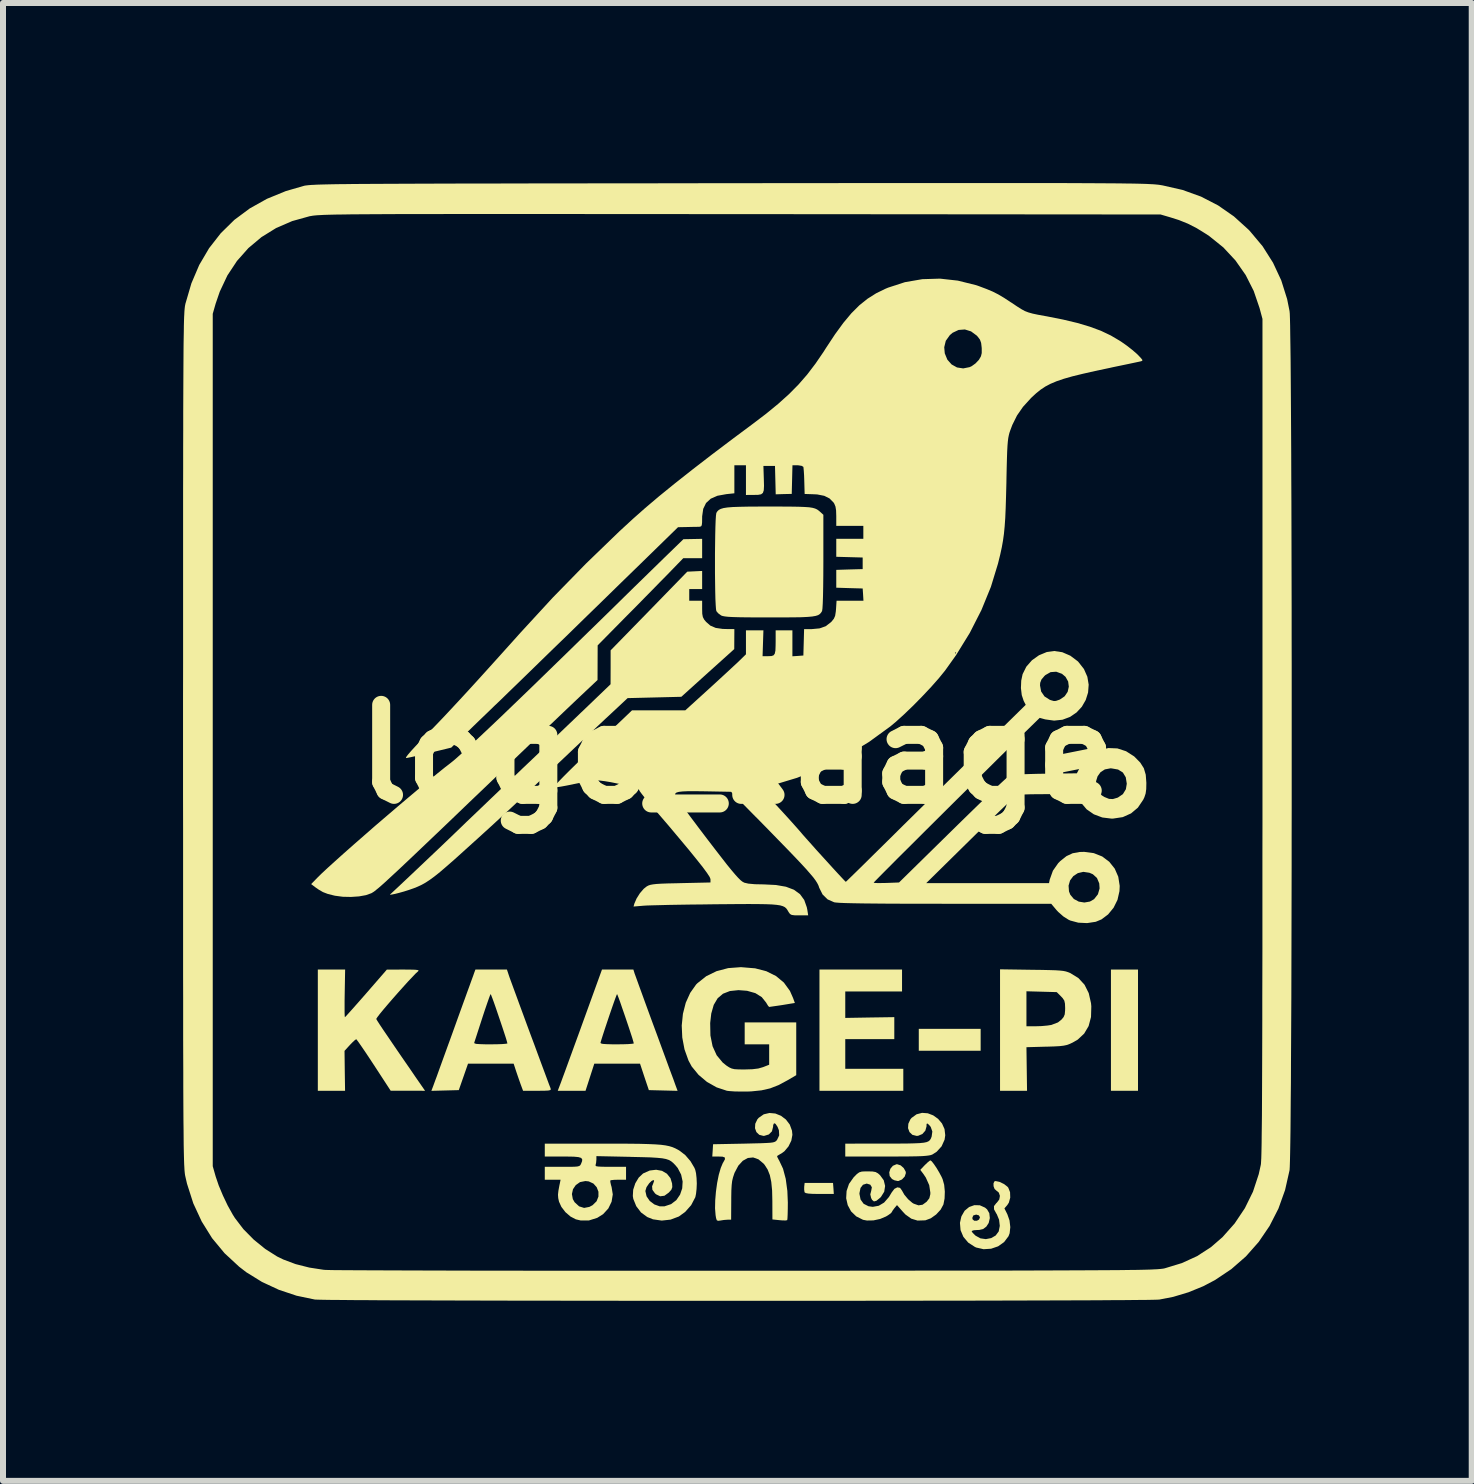
<source format=kicad_pcb>
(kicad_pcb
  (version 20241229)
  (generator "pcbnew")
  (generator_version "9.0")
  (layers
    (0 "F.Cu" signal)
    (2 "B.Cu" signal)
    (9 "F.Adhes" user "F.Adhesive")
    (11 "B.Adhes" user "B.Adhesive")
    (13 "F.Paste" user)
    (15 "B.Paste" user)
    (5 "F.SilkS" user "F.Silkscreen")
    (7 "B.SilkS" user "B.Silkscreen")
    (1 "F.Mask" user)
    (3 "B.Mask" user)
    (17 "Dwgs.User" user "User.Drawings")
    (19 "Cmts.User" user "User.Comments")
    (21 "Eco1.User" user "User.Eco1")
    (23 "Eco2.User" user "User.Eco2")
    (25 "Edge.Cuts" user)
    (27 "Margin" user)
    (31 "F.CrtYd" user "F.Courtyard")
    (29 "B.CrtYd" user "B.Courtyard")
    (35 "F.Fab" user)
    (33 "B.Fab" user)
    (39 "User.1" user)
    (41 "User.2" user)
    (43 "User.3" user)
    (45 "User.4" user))
  (footprint "logo_kaage"
    (layer "F.Cu")
    (at 9.23 9.517)
    (property "Reference" "logo_kaage" (at 0 0 0) (layer "F.SilkS") (effects (font (size 1.5 1.5) (thickness 0.3))))
    (attr board_only exclude_from_pos_files exclude_from_bom)
    (fp_poly (pts (xy 4.061 4.76) (xy 4.061 4.942) (xy 3.546 4.942) (xy 3.03 4.942) (xy 3.03 4.76) (xy 3.03 4.577) (xy 3.546 4.577) (xy 4.061 4.577)) (stroke (width 0) (type solid)) (fill yes) (layer "F.SilkS"))
    (fp_poly (pts (xy 6.683 4.599) (xy 6.683 5.609) (xy 6.457 5.609) (xy 6.232 5.609) (xy 6.232 4.599) (xy 6.232 3.589) (xy 6.457 3.589) (xy 6.683 3.589)) (stroke (width 0) (type solid)) (fill yes) (layer "F.SilkS"))
    (fp_poly (pts (xy 1.608 7.236) (xy 1.614 7.328) (xy 1.376 7.328) (xy 1.266 7.327) (xy 1.192 7.322) (xy 1.148 7.314) (xy 1.128 7.302) (xy 1.126 7.297) (xy 1.12 7.254) (xy 1.121 7.206) (xy 1.128 7.145) (xy 1.365 7.145) (xy 1.601 7.145)) (stroke (width 0) (type solid)) (fill yes) (layer "F.SilkS"))
    (fp_poly (pts (xy 2.728 6.852) (xy 2.779 6.897) (xy 2.811 6.954) (xy 2.815 6.98) (xy 2.796 7.038) (xy 2.75 7.087) (xy 2.692 7.112) (xy 2.68 7.113) (xy 2.625 7.101) (xy 2.583 7.079) (xy 2.545 7.03) (xy 2.538 6.969) (xy 2.557 6.908) (xy 2.598 6.859) (xy 2.657 6.834) (xy 2.672 6.834)) (stroke (width 0) (type solid)) (fill yes) (layer "F.SilkS"))
    (fp_poly (pts (xy 2.751 3.771) (xy 2.751 3.954) (xy 2.278 3.954) (xy 1.805 3.954) (xy 1.805 4.174) (xy 1.805 4.395) (xy 2.213 4.388) (xy 2.622 4.382) (xy 2.622 4.566) (xy 2.622 4.749) (xy 2.213 4.749) (xy 1.805 4.749) (xy 1.805 4.996) (xy 1.805 5.243) (xy 2.289 5.243) (xy 2.772 5.243) (xy 2.772 5.426) (xy 2.772 5.609) (xy 2.074 5.609) (xy 1.375 5.609) (xy 1.375 4.599) (xy 1.375 3.589) (xy 2.063 3.589) (xy 2.751 3.589)) (stroke (width 0) (type solid)) (fill yes) (layer "F.SilkS"))
    (fp_poly (pts (xy 3.18 5.984) (xy 3.271 6.019) (xy 3.352 6.077) (xy 3.417 6.154) (xy 3.459 6.247) (xy 3.471 6.35) (xy 3.46 6.424) (xy 3.41 6.535) (xy 3.328 6.625) (xy 3.258 6.67) (xy 3.232 6.68) (xy 3.197 6.687) (xy 3.149 6.693) (xy 3.083 6.698) (xy 2.993 6.701) (xy 2.875 6.703) (xy 2.726 6.704) (xy 2.538 6.705) (xy 2.495 6.705) (xy 1.805 6.705) (xy 1.805 6.597) (xy 1.805 6.49) (xy 2.477 6.489) (xy 2.672 6.489) (xy 2.829 6.488) (xy 2.952 6.485) (xy 3.045 6.481) (xy 3.114 6.474) (xy 3.162 6.464) (xy 3.195 6.449) (xy 3.216 6.43) (xy 3.231 6.406) (xy 3.243 6.375) (xy 3.244 6.374) (xy 3.256 6.288) (xy 3.229 6.211) (xy 3.2 6.176) (xy 3.171 6.153) (xy 3.16 6.162) (xy 3.159 6.203) (xy 3.139 6.274) (xy 3.089 6.33) (xy 3.019 6.359) (xy 2.994 6.361) (xy 2.923 6.343) (xy 2.875 6.297) (xy 2.851 6.232) (xy 2.856 6.158) (xy 2.89 6.085) (xy 2.91 6.061) (xy 2.993 6.001) (xy 3.085 5.977)) (stroke (width 0) (type solid)) (fill yes) (layer "F.SilkS"))
    (fp_poly (pts (xy 4.916 3.593) (xy 5.082 3.595) (xy 5.211 3.598) (xy 5.31 3.601) (xy 5.384 3.606) (xy 5.439 3.612) (xy 5.482 3.621) (xy 5.519 3.633) (xy 5.556 3.648) (xy 5.557 3.649) (xy 5.69 3.731) (xy 5.792 3.842) (xy 5.862 3.982) (xy 5.9 4.149) (xy 5.905 4.203) (xy 5.9 4.38) (xy 5.86 4.531) (xy 5.786 4.656) (xy 5.678 4.757) (xy 5.593 4.806) (xy 5.543 4.829) (xy 5.497 4.846) (xy 5.445 4.857) (xy 5.379 4.865) (xy 5.289 4.87) (xy 5.167 4.874) (xy 5.148 4.874) (xy 4.824 4.883) (xy 4.829 5.246) (xy 4.834 5.609) (xy 4.609 5.609) (xy 4.384 5.609) (xy 4.384 4.597) (xy 4.384 4.242) (xy 4.824 4.242) (xy 4.824 4.534) (xy 4.979 4.534) (xy 5.076 4.531) (xy 5.173 4.522) (xy 5.239 4.512) (xy 5.349 4.47) (xy 5.407 4.424) (xy 5.443 4.381) (xy 5.462 4.336) (xy 5.468 4.273) (xy 5.469 4.232) (xy 5.466 4.157) (xy 5.455 4.107) (xy 5.428 4.066) (xy 5.399 4.035) (xy 5.329 3.965) (xy 5.076 3.958) (xy 4.824 3.951) (xy 4.824 4.242) (xy 4.384 4.242) (xy 4.384 3.585)) (stroke (width 0) (type solid)) (fill yes) (layer "F.SilkS"))
    (fp_poly (pts (xy -6.536 3.986) (xy -6.538 4.111) (xy -6.538 4.22) (xy -6.538 4.306) (xy -6.536 4.363) (xy -6.533 4.383) (xy -6.516 4.367) (xy -6.476 4.323) (xy -6.415 4.255) (xy -6.338 4.168) (xy -6.249 4.067) (xy -6.178 3.986) (xy -5.834 3.59) (xy -5.556 3.589) (xy -5.442 3.59) (xy -5.365 3.592) (xy -5.321 3.597) (xy -5.304 3.604) (xy -5.311 3.615) (xy -5.311 3.616) (xy -5.351 3.652) (xy -5.409 3.713) (xy -5.482 3.79) (xy -5.564 3.881) (xy -5.651 3.978) (xy -5.738 4.077) (xy -5.821 4.173) (xy -5.894 4.259) (xy -5.953 4.331) (xy -5.993 4.384) (xy -6.01 4.411) (xy -6.01 4.413) (xy -5.994 4.441) (xy -5.955 4.502) (xy -5.893 4.595) (xy -5.809 4.718) (xy -5.706 4.87) (xy -5.584 5.048) (xy -5.443 5.252) (xy -5.357 5.378) (xy -5.197 5.609) (xy -5.483 5.608) (xy -5.77 5.608) (xy -6.049 5.18) (xy -6.128 5.06) (xy -6.2 4.952) (xy -6.261 4.863) (xy -6.307 4.797) (xy -6.336 4.758) (xy -6.344 4.75) (xy -6.366 4.764) (xy -6.407 4.802) (xy -6.45 4.846) (xy -6.539 4.944) (xy -6.535 5.276) (xy -6.53 5.609) (xy -6.757 5.609) (xy -6.984 5.609) (xy -6.984 4.599) (xy -6.984 3.589) (xy -6.757 3.589) (xy -6.529 3.589)) (stroke (width 0) (type solid)) (fill yes) (layer "F.SilkS"))
    (fp_poly (pts (xy 0.738 -4.126) (xy 0.9 -4.125) (xy 1.028 -4.123) (xy 1.127 -4.119) (xy 1.203 -4.114) (xy 1.26 -4.105) (xy 1.302 -4.093) (xy 1.335 -4.078) (xy 1.363 -4.058) (xy 1.391 -4.034) (xy 1.44 -3.989) (xy 1.44 -3.207) (xy 1.439 -2.983) (xy 1.437 -2.792) (xy 1.434 -2.634) (xy 1.43 -2.513) (xy 1.425 -2.43) (xy 1.419 -2.388) (xy 1.418 -2.384) (xy 1.401 -2.357) (xy 1.381 -2.335) (xy 1.353 -2.317) (xy 1.312 -2.304) (xy 1.254 -2.294) (xy 1.176 -2.287) (xy 1.072 -2.282) (xy 0.939 -2.28) (xy 0.772 -2.279) (xy 0.567 -2.279) (xy 0.533 -2.279) (xy 0.328 -2.279) (xy 0.162 -2.28) (xy 0.031 -2.282) (xy -0.071 -2.285) (xy -0.146 -2.289) (xy -0.2 -2.295) (xy -0.237 -2.302) (xy -0.261 -2.31) (xy -0.263 -2.311) (xy -0.313 -2.348) (xy -0.343 -2.384) (xy -0.349 -2.417) (xy -0.354 -2.486) (xy -0.359 -2.587) (xy -0.362 -2.713) (xy -0.364 -2.857) (xy -0.366 -3.014) (xy -0.366 -3.178) (xy -0.366 -3.344) (xy -0.364 -3.504) (xy -0.362 -3.652) (xy -0.359 -3.784) (xy -0.355 -3.893) (xy -0.35 -3.972) (xy -0.344 -4.016) (xy -0.342 -4.022) (xy -0.325 -4.048) (xy -0.302 -4.07) (xy -0.27 -4.087) (xy -0.223 -4.101) (xy -0.158 -4.111) (xy -0.07 -4.118) (xy 0.045 -4.122) (xy 0.191 -4.125) (xy 0.373 -4.126) (xy 0.538 -4.126)) (stroke (width 0) (type solid)) (fill yes) (layer "F.SilkS"))
    (fp_poly (pts (xy -1.704 3.659) (xy -1.692 3.691) (xy -1.667 3.76) (xy -1.631 3.86) (xy -1.585 3.986) (xy -1.531 4.135) (xy -1.47 4.302) (xy -1.404 4.482) (xy -1.334 4.671) (xy -1.263 4.865) (xy -1.192 5.058) (xy -1.123 5.247) (xy -1.056 5.426) (xy -1.031 5.497) (xy -0.989 5.61) (xy -1.229 5.604) (xy -1.468 5.598) (xy -1.542 5.378) (xy -1.615 5.157) (xy -1.996 5.157) (xy -2.377 5.157) (xy -2.45 5.383) (xy -2.523 5.609) (xy -2.755 5.609) (xy -2.986 5.609) (xy -2.947 5.507) (xy -2.931 5.465) (xy -2.903 5.388) (xy -2.863 5.28) (xy -2.814 5.145) (xy -2.757 4.989) (xy -2.694 4.816) (xy -2.691 4.808) (xy -2.274 4.808) (xy -2.266 4.82) (xy -2.234 4.828) (xy -2.171 4.832) (xy -2.073 4.835) (xy -2 4.835) (xy -1.896 4.834) (xy -1.809 4.831) (xy -1.748 4.826) (xy -1.72 4.821) (xy -1.719 4.82) (xy -1.726 4.792) (xy -1.743 4.733) (xy -1.77 4.65) (xy -1.803 4.55) (xy -1.84 4.44) (xy -1.878 4.328) (xy -1.915 4.222) (xy -1.947 4.128) (xy -1.974 4.055) (xy -1.992 4.009) (xy -1.998 3.998) (xy -2.007 4.017) (xy -2.027 4.07) (xy -2.055 4.148) (xy -2.089 4.246) (xy -2.126 4.354) (xy -2.164 4.467) (xy -2.2 4.575) (xy -2.232 4.673) (xy -2.257 4.752) (xy -2.273 4.805) (xy -2.274 4.808) (xy -2.691 4.808) (xy -2.626 4.63) (xy -2.578 4.497) (xy -2.249 3.589) (xy -1.988 3.589) (xy -1.726 3.589)) (stroke (width 0) (type solid)) (fill yes) (layer "F.SilkS"))
    (fp_poly (pts (xy 4.375 7.127) (xy 4.448 7.162) (xy 4.507 7.207) (xy 4.521 7.223) (xy 4.551 7.299) (xy 4.554 7.389) (xy 4.531 7.473) (xy 4.506 7.512) (xy 4.457 7.569) (xy 4.506 7.667) (xy 4.542 7.77) (xy 4.555 7.881) (xy 4.544 7.983) (xy 4.525 8.033) (xy 4.452 8.13) (xy 4.352 8.201) (xy 4.235 8.241) (xy 4.11 8.249) (xy 3.987 8.221) (xy 3.965 8.211) (xy 3.854 8.139) (xy 3.773 8.043) (xy 3.726 7.931) (xy 3.716 7.81) (xy 3.734 7.727) (xy 3.922 7.727) (xy 3.927 7.752) (xy 3.955 7.775) (xy 3.998 7.775) (xy 4.034 7.755) (xy 4.05 7.717) (xy 4.031 7.685) (xy 3.986 7.672) (xy 3.938 7.687) (xy 3.922 7.727) (xy 3.734 7.727) (xy 3.741 7.7) (xy 3.794 7.608) (xy 3.869 7.546) (xy 3.956 7.515) (xy 4.047 7.517) (xy 4.134 7.556) (xy 4.168 7.585) (xy 4.205 7.649) (xy 4.214 7.73) (xy 4.195 7.812) (xy 4.155 7.873) (xy 4.102 7.913) (xy 4.037 7.928) (xy 4.005 7.929) (xy 3.948 7.933) (xy 3.915 7.944) (xy 3.911 7.949) (xy 3.926 7.974) (xy 3.964 8.012) (xy 3.977 8.024) (xy 4.057 8.068) (xy 4.147 8.081) (xy 4.236 8.064) (xy 4.311 8.021) (xy 4.361 7.954) (xy 4.362 7.952) (xy 4.38 7.86) (xy 4.368 7.758) (xy 4.33 7.666) (xy 4.321 7.653) (xy 4.284 7.585) (xy 4.283 7.531) (xy 4.32 7.483) (xy 4.331 7.473) (xy 4.371 7.421) (xy 4.382 7.36) (xy 4.363 7.305) (xy 4.325 7.274) (xy 4.293 7.245) (xy 4.276 7.199) (xy 4.275 7.152) (xy 4.29 7.119) (xy 4.309 7.113)) (stroke (width 0) (type solid)) (fill yes) (layer "F.SilkS"))
    (fp_poly (pts (xy 0.295 3.568) (xy 0.301 3.568) (xy 0.49 3.617) (xy 0.651 3.697) (xy 0.782 3.806) (xy 0.883 3.945) (xy 0.935 4.063) (xy 0.965 4.146) (xy 0.896 4.157) (xy 0.83 4.168) (xy 0.751 4.181) (xy 0.67 4.193) (xy 0.599 4.203) (xy 0.551 4.21) (xy 0.537 4.212) (xy 0.52 4.195) (xy 0.494 4.153) (xy 0.488 4.142) (xy 0.414 4.049) (xy 0.307 3.982) (xy 0.169 3.943) (xy 0.026 3.932) (xy -0.117 3.947) (xy -0.233 3.992) (xy -0.322 4.068) (xy -0.387 4.178) (xy -0.428 4.322) (xy -0.446 4.48) (xy -0.442 4.688) (xy -0.406 4.867) (xy -0.338 5.017) (xy -0.237 5.139) (xy -0.175 5.189) (xy -0.129 5.219) (xy -0.088 5.238) (xy -0.041 5.249) (xy 0.026 5.253) (xy 0.123 5.254) (xy 0.125 5.254) (xy 0.256 5.25) (xy 0.355 5.238) (xy 0.435 5.215) (xy 0.435 5.215) (xy 0.537 5.175) (xy 0.537 5.005) (xy 0.537 4.835) (xy 0.333 4.835) (xy 0.129 4.835) (xy 0.129 4.652) (xy 0.129 4.47) (xy 0.559 4.47) (xy 0.988 4.47) (xy 0.988 4.909) (xy 0.988 5.349) (xy 0.843 5.434) (xy 0.694 5.514) (xy 0.553 5.569) (xy 0.408 5.602) (xy 0.241 5.619) (xy 0.172 5.622) (xy 0.063 5.622) (xy -0.04 5.62) (xy -0.124 5.614) (xy -0.167 5.609) (xy -0.339 5.552) (xy -0.499 5.462) (xy -0.64 5.343) (xy -0.754 5.204) (xy -0.807 5.106) (xy -0.874 4.919) (xy -0.911 4.722) (xy -0.92 4.522) (xy -0.9 4.326) (xy -0.853 4.142) (xy -0.779 3.978) (xy -0.681 3.839) (xy -0.659 3.817) (xy -0.512 3.7) (xy -0.34 3.616) (xy -0.146 3.565) (xy 0.067 3.549)) (stroke (width 0) (type solid)) (fill yes) (layer "F.SilkS"))
    (fp_poly (pts (xy -3.799 3.691) (xy -3.787 3.726) (xy -3.761 3.797) (xy -3.724 3.898) (xy -3.678 4.023) (xy -3.625 4.168) (xy -3.566 4.328) (xy -3.504 4.497) (xy -3.44 4.67) (xy -3.376 4.841) (xy -3.315 5.007) (xy -3.258 5.161) (xy -3.207 5.298) (xy -3.164 5.414) (xy -3.131 5.503) (xy -3.109 5.559) (xy -3.105 5.571) (xy -3.102 5.587) (xy -3.112 5.598) (xy -3.144 5.605) (xy -3.203 5.608) (xy -3.296 5.609) (xy -3.327 5.609) (xy -3.564 5.609) (xy -3.606 5.496) (xy -3.638 5.405) (xy -3.672 5.306) (xy -3.684 5.27) (xy -3.721 5.157) (xy -4.101 5.157) (xy -4.481 5.157) (xy -4.558 5.378) (xy -4.635 5.598) (xy -4.863 5.604) (xy -5.092 5.61) (xy -5.069 5.55) (xy -5.061 5.529) (xy -5.048 5.493) (xy -5.029 5.441) (xy -5.002 5.369) (xy -4.968 5.274) (xy -4.925 5.155) (xy -4.872 5.009) (xy -4.808 4.832) (xy -4.799 4.808) (xy -4.378 4.808) (xy -4.372 4.82) (xy -4.341 4.828) (xy -4.28 4.832) (xy -4.184 4.835) (xy -4.106 4.835) (xy -4.002 4.834) (xy -3.915 4.831) (xy -3.854 4.826) (xy -3.826 4.821) (xy -3.825 4.82) (xy -3.832 4.792) (xy -3.849 4.733) (xy -3.876 4.65) (xy -3.909 4.55) (xy -3.946 4.44) (xy -3.984 4.328) (xy -4.02 4.222) (xy -4.053 4.128) (xy -4.08 4.055) (xy -4.098 4.009) (xy -4.104 3.998) (xy -4.114 4.017) (xy -4.134 4.071) (xy -4.163 4.154) (xy -4.199 4.259) (xy -4.239 4.38) (xy -4.242 4.39) (xy -4.282 4.513) (xy -4.318 4.624) (xy -4.347 4.714) (xy -4.368 4.778) (xy -4.378 4.808) (xy -4.378 4.808) (xy -4.799 4.808) (xy -4.732 4.623) (xy -4.644 4.378) (xy -4.542 4.096) (xy -4.541 4.094) (xy -4.496 3.969) (xy -4.454 3.854) (xy -4.419 3.757) (xy -4.393 3.686) (xy -4.38 3.648) (xy -4.358 3.589) (xy -4.096 3.589) (xy -3.833 3.589)) (stroke (width 0) (type solid)) (fill yes) (layer "F.SilkS"))
    (fp_poly (pts (xy -0.58 -3.427) (xy -0.58 -3.266) (xy -0.737 -3.266) (xy -0.894 -3.266) (xy -1.118 -3.035) (xy -1.191 -2.96) (xy -1.289 -2.861) (xy -1.404 -2.743) (xy -1.531 -2.614) (xy -1.664 -2.478) (xy -1.797 -2.344) (xy -1.832 -2.309) (xy -2.321 -1.813) (xy -2.322 -1.524) (xy -2.323 -1.236) (xy -2.596 -0.979) (xy -2.67 -0.909) (xy -2.77 -0.814) (xy -2.892 -0.698) (xy -3.03 -0.566) (xy -3.181 -0.423) (xy -3.338 -0.273) (xy -3.497 -0.12) (xy -3.589 -0.032) (xy -3.908 0.274) (xy -4.198 0.552) (xy -4.461 0.803) (xy -4.696 1.029) (xy -4.907 1.231) (xy -5.094 1.409) (xy -5.26 1.567) (xy -5.405 1.705) (xy -5.531 1.824) (xy -5.639 1.926) (xy -5.732 2.012) (xy -5.81 2.084) (xy -5.875 2.144) (xy -5.929 2.192) (xy -5.973 2.23) (xy -6.009 2.259) (xy -6.037 2.282) (xy -6.06 2.298) (xy -6.08 2.31) (xy -6.092 2.317) (xy -6.181 2.349) (xy -6.298 2.37) (xy -6.432 2.379) (xy -6.569 2.376) (xy -6.697 2.359) (xy -6.719 2.354) (xy -6.821 2.328) (xy -6.899 2.298) (xy -6.971 2.256) (xy -7.024 2.219) (xy -7.095 2.165) (xy -6.991 2.058) (xy -6.92 1.988) (xy -6.819 1.894) (xy -6.693 1.78) (xy -6.547 1.649) (xy -6.384 1.505) (xy -6.209 1.352) (xy -6.026 1.192) (xy -5.838 1.031) (xy -5.651 0.871) (xy -5.468 0.716) (xy -5.293 0.569) (xy -5.131 0.435) (xy -4.985 0.316) (xy -4.861 0.216) (xy -4.77 0.146) (xy -4.704 0.092) (xy -4.608 0.007) (xy -4.482 -0.106) (xy -4.328 -0.25) (xy -4.145 -0.422) (xy -3.933 -0.623) (xy -3.694 -0.853) (xy -3.427 -1.11) (xy -3.133 -1.396) (xy -2.812 -1.708) (xy -2.465 -2.047) (xy -2.406 -2.104) (xy -2.226 -2.28) (xy -2.048 -2.454) (xy -1.876 -2.623) (xy -1.713 -2.783) (xy -1.562 -2.93) (xy -1.428 -3.061) (xy -1.314 -3.172) (xy -1.223 -3.261) (xy -1.16 -3.322) (xy -0.892 -3.582) (xy -0.736 -3.585) (xy -0.58 -3.588)) (stroke (width 0) (type solid)) (fill yes) (layer "F.SilkS"))
    (fp_poly (pts (xy -0.58 -2.902) (xy -0.58 -2.751) (xy -0.688 -2.751) (xy -0.795 -2.751) (xy -0.795 -2.654) (xy -0.795 -2.557) (xy -0.688 -2.557) (xy -0.58 -2.557) (xy -0.58 -2.418) (xy -0.578 -2.338) (xy -0.568 -2.285) (xy -0.545 -2.241) (xy -0.514 -2.204) (xy -0.443 -2.142) (xy -0.354 -2.104) (xy -0.238 -2.087) (xy -0.167 -2.085) (xy -0.043 -2.084) (xy -0.044 -1.918) (xy -0.045 -1.751) (xy -0.486 -1.354) (xy -0.927 -0.956) (xy -1.375 -0.945) (xy -1.822 -0.934) (xy -2.098 -0.676) (xy -2.193 -0.588) (xy -2.311 -0.477) (xy -2.443 -0.353) (xy -2.582 -0.221) (xy -2.719 -0.092) (xy -2.804 -0.011) (xy -3.005 0.179) (xy -3.179 0.344) (xy -3.328 0.485) (xy -3.457 0.608) (xy -3.57 0.714) (xy -3.67 0.808) (xy -3.761 0.893) (xy -3.846 0.972) (xy -3.929 1.048) (xy -4.014 1.126) (xy -4.104 1.209) (xy -4.203 1.299) (xy -4.315 1.401) (xy -4.384 1.463) (xy -4.562 1.624) (xy -4.712 1.759) (xy -4.839 1.87) (xy -4.945 1.961) (xy -5.036 2.034) (xy -5.115 2.092) (xy -5.186 2.139) (xy -5.252 2.176) (xy -5.318 2.207) (xy -5.388 2.235) (xy -5.465 2.262) (xy -5.471 2.264) (xy -5.547 2.288) (xy -5.625 2.31) (xy -5.696 2.328) (xy -5.751 2.339) (xy -5.78 2.342) (xy -5.781 2.338) (xy -5.758 2.318) (xy -5.71 2.273) (xy -5.638 2.206) (xy -5.549 2.122) (xy -5.446 2.025) (xy -5.334 1.919) (xy -5.217 1.808) (xy -5.1 1.697) (xy -4.986 1.589) (xy -4.88 1.488) (xy -4.787 1.399) (xy -4.712 1.327) (xy -4.685 1.301) (xy -4.609 1.228) (xy -4.508 1.13) (xy -4.385 1.013) (xy -4.247 0.881) (xy -4.098 0.738) (xy -3.943 0.59) (xy -3.787 0.442) (xy -3.739 0.397) (xy -3.573 0.238) (xy -3.395 0.069) (xy -3.214 -0.104) (xy -3.035 -0.275) (xy -2.867 -0.436) (xy -2.715 -0.581) (xy -2.588 -0.703) (xy -2.584 -0.706) (xy -2.106 -1.165) (xy -2.105 -1.447) (xy -2.105 -1.73) (xy -1.466 -2.385) (xy -0.828 -3.041) (xy -0.704 -3.047) (xy -0.58 -3.053)) (stroke (width 0) (type solid)) (fill yes) (layer "F.SilkS"))
    (fp_poly (pts (xy 3.247 6.786) (xy 3.283 6.832) (xy 3.327 6.897) (xy 3.371 6.971) (xy 3.41 7.044) (xy 3.427 7.082) (xy 3.453 7.175) (xy 3.464 7.289) (xy 3.46 7.404) (xy 3.441 7.502) (xy 3.441 7.503) (xy 3.394 7.59) (xy 3.319 7.671) (xy 3.23 7.734) (xy 3.139 7.768) (xy 3.133 7.768) (xy 3.01 7.772) (xy 2.905 7.74) (xy 2.808 7.671) (xy 2.764 7.624) (xy 2.667 7.514) (xy 2.623 7.566) (xy 2.593 7.607) (xy 2.579 7.633) (xy 2.579 7.633) (xy 2.562 7.652) (xy 2.518 7.683) (xy 2.483 7.704) (xy 2.386 7.745) (xy 2.274 7.769) (xy 2.166 7.771) (xy 2.101 7.759) (xy 1.988 7.702) (xy 1.902 7.619) (xy 1.846 7.515) (xy 1.82 7.4) (xy 1.827 7.279) (xy 1.867 7.161) (xy 1.944 7.052) (xy 1.946 7.05) (xy 1.998 6.997) (xy 2.038 6.968) (xy 2.082 6.955) (xy 2.148 6.952) (xy 2.178 6.952) (xy 2.258 6.954) (xy 2.31 6.963) (xy 2.35 6.985) (xy 2.384 7.015) (xy 2.446 7.1) (xy 2.469 7.195) (xy 2.454 7.291) (xy 2.399 7.379) (xy 2.382 7.395) (xy 2.324 7.442) (xy 2.283 7.453) (xy 2.252 7.427) (xy 2.236 7.396) (xy 2.222 7.335) (xy 2.237 7.278) (xy 2.248 7.217) (xy 2.222 7.174) (xy 2.165 7.156) (xy 2.16 7.156) (xy 2.1 7.175) (xy 2.059 7.228) (xy 2.042 7.311) (xy 2.041 7.326) (xy 2.06 7.421) (xy 2.111 7.492) (xy 2.192 7.533) (xy 2.263 7.543) (xy 2.363 7.525) (xy 2.452 7.472) (xy 2.532 7.38) (xy 2.58 7.301) (xy 2.624 7.243) (xy 2.673 7.218) (xy 2.718 7.227) (xy 2.749 7.27) (xy 2.79 7.342) (xy 2.853 7.417) (xy 2.922 7.476) (xy 2.945 7.49) (xy 3.025 7.518) (xy 3.093 7.508) (xy 3.16 7.459) (xy 3.161 7.458) (xy 3.206 7.4) (xy 3.222 7.334) (xy 3.223 7.307) (xy 3.204 7.182) (xy 3.147 7.055) (xy 3.106 6.994) (xy 3.055 6.927) (xy 3.13 6.848) (xy 3.177 6.803) (xy 3.213 6.774) (xy 3.225 6.769)) (stroke (width 0) (type solid)) (fill yes) (layer "F.SilkS"))
    (fp_poly (pts (xy 0.64 5.988) (xy 0.734 6.026) (xy 0.816 6.088) (xy 0.88 6.172) (xy 0.917 6.273) (xy 0.924 6.343) (xy 0.906 6.44) (xy 0.859 6.536) (xy 0.792 6.616) (xy 0.756 6.643) (xy 0.706 6.673) (xy 0.674 6.693) (xy 0.669 6.696) (xy 0.674 6.716) (xy 0.696 6.759) (xy 0.705 6.774) (xy 0.768 6.908) (xy 0.813 7.077) (xy 0.84 7.278) (xy 0.848 7.471) (xy 0.847 7.577) (xy 0.845 7.667) (xy 0.842 7.732) (xy 0.838 7.764) (xy 0.837 7.765) (xy 0.811 7.77) (xy 0.756 7.769) (xy 0.708 7.765) (xy 0.591 7.753) (xy 0.59 7.449) (xy 0.586 7.271) (xy 0.572 7.128) (xy 0.548 7.014) (xy 0.511 6.921) (xy 0.461 6.843) (xy 0.443 6.822) (xy 0.358 6.751) (xy 0.27 6.72) (xy 0.182 6.729) (xy 0.098 6.775) (xy 0.023 6.857) (xy -0.039 6.974) (xy -0.047 6.996) (xy -0.066 7.054) (xy -0.08 7.113) (xy -0.088 7.182) (xy -0.093 7.271) (xy -0.095 7.39) (xy -0.095 7.441) (xy -0.097 7.757) (xy -0.153 7.757) (xy -0.218 7.762) (xy -0.275 7.771) (xy -0.315 7.776) (xy -0.336 7.766) (xy -0.348 7.73) (xy -0.356 7.681) (xy -0.365 7.568) (xy -0.362 7.434) (xy -0.35 7.29) (xy -0.33 7.145) (xy -0.303 7.01) (xy -0.27 6.896) (xy -0.235 6.812) (xy -0.228 6.802) (xy -0.2 6.75) (xy -0.202 6.721) (xy -0.239 6.707) (xy -0.302 6.705) (xy -0.411 6.705) (xy -0.404 6.602) (xy -0.398 6.5) (xy 0.115 6.49) (xy 0.276 6.486) (xy 0.4 6.483) (xy 0.492 6.479) (xy 0.557 6.475) (xy 0.601 6.469) (xy 0.63 6.46) (xy 0.649 6.449) (xy 0.663 6.434) (xy 0.668 6.428) (xy 0.704 6.352) (xy 0.699 6.266) (xy 0.676 6.209) (xy 0.643 6.16) (xy 0.618 6.15) (xy 0.604 6.18) (xy 0.602 6.21) (xy 0.583 6.285) (xy 0.531 6.337) (xy 0.455 6.36) (xy 0.442 6.361) (xy 0.372 6.343) (xy 0.324 6.297) (xy 0.301 6.233) (xy 0.305 6.159) (xy 0.339 6.087) (xy 0.362 6.06) (xy 0.447 6.001) (xy 0.542 5.979)) (stroke (width 0) (type solid)) (fill yes) (layer "F.SilkS"))
    (fp_poly (pts (xy -2.251 6.49) (xy -2.004 6.49) (xy -1.795 6.491) (xy -1.622 6.493) (xy -1.478 6.497) (xy -1.362 6.502) (xy -1.267 6.509) (xy -1.191 6.519) (xy -1.128 6.532) (xy -1.075 6.548) (xy -1.028 6.568) (xy -0.982 6.592) (xy -0.957 6.607) (xy -0.862 6.68) (xy -0.775 6.781) (xy -0.709 6.892) (xy -0.695 6.926) (xy -0.682 6.982) (xy -0.673 7.064) (xy -0.669 7.153) (xy -0.669 7.156) (xy -0.673 7.246) (xy -0.682 7.327) (xy -0.694 7.384) (xy -0.695 7.385) (xy -0.763 7.515) (xy -0.863 7.628) (xy -0.968 7.704) (xy -1.106 7.756) (xy -1.253 7.772) (xy -1.399 7.751) (xy -1.494 7.713) (xy -1.598 7.637) (xy -1.678 7.532) (xy -1.727 7.411) (xy -1.735 7.363) (xy -1.729 7.258) (xy -1.694 7.151) (xy -1.637 7.056) (xy -1.564 6.987) (xy -1.562 6.986) (xy -1.454 6.938) (xy -1.347 6.925) (xy -1.249 6.943) (xy -1.167 6.991) (xy -1.108 7.065) (xy -1.081 7.153) (xy -1.077 7.214) (xy -1.093 7.258) (xy -1.135 7.305) (xy -1.208 7.358) (xy -1.279 7.367) (xy -1.348 7.334) (xy -1.366 7.318) (xy -1.409 7.259) (xy -1.414 7.201) (xy -1.395 7.153) (xy -1.38 7.11) (xy -1.39 7.096) (xy -1.422 7.111) (xy -1.463 7.151) (xy -1.507 7.215) (xy -1.525 7.275) (xy -1.526 7.28) (xy -1.506 7.368) (xy -1.453 7.445) (xy -1.376 7.503) (xy -1.286 7.535) (xy -1.209 7.535) (xy -1.098 7.498) (xy -1.01 7.431) (xy -0.948 7.34) (xy -0.912 7.235) (xy -0.905 7.121) (xy -0.93 7.006) (xy -0.987 6.896) (xy -1.027 6.848) (xy -1.062 6.812) (xy -1.096 6.784) (xy -1.135 6.762) (xy -1.183 6.746) (xy -1.246 6.734) (xy -1.329 6.726) (xy -1.439 6.719) (xy -1.581 6.715) (xy -1.759 6.711) (xy -1.775 6.71) (xy -2.342 6.698) (xy -2.342 6.753) (xy -2.347 6.81) (xy -2.355 6.842) (xy -2.356 6.857) (xy -2.342 6.867) (xy -2.305 6.872) (xy -2.24 6.875) (xy -2.141 6.876) (xy -2.108 6.876) (xy -1.848 6.876) (xy -1.848 6.984) (xy -1.848 7.091) (xy -1.973 7.091) (xy -2.043 7.093) (xy -2.093 7.098) (xy -2.11 7.103) (xy -2.11 7.128) (xy -2.099 7.179) (xy -2.089 7.212) (xy -2.069 7.336) (xy -2.089 7.458) (xy -2.143 7.57) (xy -2.23 7.665) (xy -2.329 7.727) (xy -2.467 7.77) (xy -2.605 7.77) (xy -2.685 7.751) (xy -2.773 7.705) (xy -2.858 7.632) (xy -2.926 7.543) (xy -2.965 7.457) (xy -2.978 7.398) (xy -2.982 7.342) (xy -2.981 7.33) (xy -2.75 7.33) (xy -2.735 7.414) (xy -2.705 7.466) (xy -2.63 7.535) (xy -2.547 7.561) (xy -2.459 7.544) (xy -2.405 7.515) (xy -2.339 7.45) (xy -2.308 7.372) (xy -2.308 7.291) (xy -2.337 7.216) (xy -2.392 7.155) (xy -2.47 7.119) (xy -2.525 7.113) (xy -2.615 7.131) (xy -2.685 7.18) (xy -2.732 7.249) (xy -2.75 7.33) (xy -2.981 7.33) (xy -2.975 7.275) (xy -2.958 7.183) (xy -2.953 7.161) (xy -2.939 7.091) (xy -3.07 7.091) (xy -3.202 7.091) (xy -3.202 6.984) (xy -3.202 6.876) (xy -2.911 6.876) (xy -2.795 6.876) (xy -2.714 6.875) (xy -2.661 6.871) (xy -2.629 6.863) (xy -2.611 6.85) (xy -2.6 6.831) (xy -2.597 6.824) (xy -2.58 6.78) (xy -2.579 6.749) (xy -2.598 6.727) (xy -2.643 6.714) (xy -2.718 6.707) (xy -2.829 6.705) (xy -2.9 6.705) (xy -3.202 6.705) (xy -3.202 6.597) (xy -3.202 6.49)) (stroke (width 0) (type solid)) (fill yes) (layer "F.SilkS"))
    (fp_poly (pts (xy 4.354 -9.517) (xy 4.68 -9.517) (xy 4.977 -9.516) (xy 5.247 -9.516) (xy 5.492 -9.516) (xy 5.712 -9.515) (xy 5.908 -9.514) (xy 6.084 -9.513) (xy 6.239 -9.512) (xy 6.376 -9.511) (xy 6.495 -9.509) (xy 6.599 -9.508) (xy 6.688 -9.506) (xy 6.764 -9.504) (xy 6.829 -9.502) (xy 6.883 -9.499) (xy 6.929 -9.497) (xy 6.968 -9.494) (xy 7 -9.491) (xy 7.029 -9.488) (xy 7.054 -9.484) (xy 7.078 -9.48) (xy 7.091 -9.478) (xy 7.425 -9.402) (xy 7.733 -9.291) (xy 8.018 -9.144) (xy 8.281 -8.961) (xy 8.523 -8.742) (xy 8.546 -8.718) (xy 8.759 -8.464) (xy 8.933 -8.189) (xy 9.07 -7.895) (xy 9.168 -7.583) (xy 9.208 -7.384) (xy 9.212 -7.342) (xy 9.215 -7.259) (xy 9.218 -7.137) (xy 9.22 -6.979) (xy 9.223 -6.785) (xy 9.226 -6.558) (xy 9.228 -6.3) (xy 9.23 -6.013) (xy 9.232 -5.699) (xy 9.234 -5.36) (xy 9.236 -4.998) (xy 9.237 -4.614) (xy 9.239 -4.212) (xy 9.24 -3.792) (xy 9.241 -3.357) (xy 9.242 -2.909) (xy 9.243 -2.45) (xy 9.243 -1.981) (xy 9.244 -1.505) (xy 9.244 -1.024) (xy 9.244 -0.54) (xy 9.244 -0.054) (xy 9.244 0.431) (xy 9.244 0.913) (xy 9.243 1.391) (xy 9.243 1.862) (xy 9.242 2.324) (xy 9.241 2.775) (xy 9.24 3.215) (xy 9.239 3.639) (xy 9.238 4.047) (xy 9.236 4.436) (xy 9.234 4.805) (xy 9.232 5.151) (xy 9.231 5.473) (xy 9.228 5.768) (xy 9.226 6.035) (xy 9.224 6.271) (xy 9.221 6.475) (xy 9.218 6.644) (xy 9.215 6.777) (xy 9.212 6.872) (xy 9.209 6.926) (xy 9.208 6.934) (xy 9.134 7.262) (xy 9.023 7.572) (xy 8.875 7.862) (xy 8.694 8.128) (xy 8.481 8.369) (xy 8.238 8.581) (xy 7.966 8.763) (xy 7.77 8.866) (xy 7.526 8.966) (xy 7.27 9.043) (xy 7.039 9.088) (xy 7.004 9.09) (xy 6.928 9.092) (xy 6.812 9.094) (xy 6.66 9.095) (xy 6.473 9.097) (xy 6.252 9.098) (xy 6.001 9.1) (xy 5.721 9.101) (xy 5.413 9.102) (xy 5.08 9.103) (xy 4.725 9.104) (xy 4.348 9.105) (xy 3.951 9.106) (xy 3.538 9.107) (xy 3.109 9.107) (xy 2.668 9.108) (xy 2.214 9.108) (xy 1.752 9.109) (xy 1.282 9.109) (xy 0.807 9.109) (xy 0.329 9.109) (xy -0.151 9.109) (xy -0.63 9.109) (xy -1.106 9.109) (xy -1.578 9.109) (xy -2.043 9.108) (xy -2.5 9.108) (xy -2.946 9.107) (xy -3.38 9.107) (xy -3.799 9.106) (xy -4.202 9.105) (xy -4.586 9.104) (xy -4.95 9.103) (xy -5.291 9.102) (xy -5.608 9.101) (xy -5.899 9.1) (xy -6.161 9.098) (xy -6.393 9.097) (xy -6.593 9.095) (xy -6.758 9.094) (xy -6.888 9.092) (xy -6.978 9.09) (xy -7.029 9.088) (xy -7.037 9.087) (xy -7.338 9.024) (xy -7.634 8.925) (xy -7.915 8.794) (xy -8.174 8.634) (xy -8.296 8.54) (xy -8.538 8.316) (xy -8.746 8.065) (xy -8.919 7.787) (xy -9.059 7.485) (xy -9.164 7.157) (xy -9.189 7.048) (xy -9.193 7.03) (xy -9.197 7.011) (xy -9.2 6.988) (xy -9.203 6.96) (xy -9.206 6.926) (xy -9.208 6.884) (xy -9.211 6.834) (xy -9.213 6.773) (xy -9.215 6.701) (xy -9.217 6.615) (xy -9.219 6.515) (xy -9.22 6.399) (xy -9.221 6.266) (xy -9.223 6.114) (xy -9.224 5.942) (xy -9.225 5.749) (xy -9.226 5.532) (xy -9.226 5.292) (xy -9.227 5.025) (xy -9.228 4.732) (xy -9.228 4.41) (xy -9.228 4.058) (xy -9.229 3.675) (xy -9.229 3.259) (xy -9.229 2.809) (xy -9.229 2.323) (xy -9.229 1.801) (xy -9.229 1.24) (xy -9.23 0.64) (xy -9.23 -0.002) (xy -9.23 -0.236) (xy -9.23 -0.892) (xy -9.229 -1.507) (xy -9.229 -2.081) (xy -9.229 -2.617) (xy -9.229 -3.115) (xy -9.229 -3.577) (xy -9.229 -4.005) (xy -9.229 -4.399) (xy -9.228 -4.762) (xy -9.228 -5.094) (xy -9.227 -5.397) (xy -9.227 -5.673) (xy -9.226 -5.922) (xy -9.225 -6.146) (xy -9.224 -6.348) (xy -9.223 -6.527) (xy -9.222 -6.685) (xy -9.221 -6.824) (xy -9.219 -6.946) (xy -9.217 -7.051) (xy -9.216 -7.141) (xy -9.214 -7.217) (xy -9.212 -7.281) (xy -9.209 -7.334) (xy -9.209 -7.338) (xy -8.735 -7.338) (xy -8.735 -0.236) (xy -8.735 6.866) (xy -8.686 7.038) (xy -8.635 7.188) (xy -8.565 7.355) (xy -8.486 7.521) (xy -8.403 7.67) (xy -8.366 7.729) (xy -8.224 7.915) (xy -8.051 8.09) (xy -7.86 8.245) (xy -7.661 8.371) (xy -7.56 8.42) (xy -7.355 8.497) (xy -7.126 8.555) (xy -6.893 8.591) (xy -6.86 8.594) (xy -6.822 8.595) (xy -6.743 8.597) (xy -6.624 8.598) (xy -6.467 8.599) (xy -6.274 8.6) (xy -6.046 8.601) (xy -5.786 8.602) (xy -5.494 8.603) (xy -5.173 8.604) (xy -4.824 8.605) (xy -4.449 8.606) (xy -4.049 8.607) (xy -3.627 8.607) (xy -3.183 8.608) (xy -2.72 8.608) (xy -2.24 8.608) (xy -1.743 8.608) (xy -1.232 8.608) (xy -0.708 8.608) (xy -0.173 8.608) (xy 0.161 8.608) (xy 0.804 8.608) (xy 1.405 8.608) (xy 1.966 8.607) (xy 2.489 8.607) (xy 2.974 8.606) (xy 3.423 8.606) (xy 3.838 8.606) (xy 4.219 8.605) (xy 4.57 8.605) (xy 4.89 8.604) (xy 5.181 8.603) (xy 5.445 8.602) (xy 5.683 8.601) (xy 5.896 8.6) (xy 6.087 8.599) (xy 6.256 8.598) (xy 6.404 8.597) (xy 6.534 8.595) (xy 6.647 8.594) (xy 6.743 8.592) (xy 6.825 8.59) (xy 6.894 8.588) (xy 6.951 8.585) (xy 6.998 8.583) (xy 7.036 8.58) (xy 7.067 8.577) (xy 7.092 8.574) (xy 7.112 8.571) (xy 7.129 8.567) (xy 7.133 8.566) (xy 7.415 8.48) (xy 7.668 8.364) (xy 7.898 8.215) (xy 8.091 8.048) (xy 8.294 7.819) (xy 8.464 7.565) (xy 8.599 7.29) (xy 8.695 6.998) (xy 8.729 6.844) (xy 8.732 6.822) (xy 8.734 6.786) (xy 8.737 6.735) (xy 8.739 6.666) (xy 8.741 6.579) (xy 8.743 6.473) (xy 8.744 6.346) (xy 8.746 6.198) (xy 8.748 6.027) (xy 8.749 5.831) (xy 8.75 5.61) (xy 8.751 5.362) (xy 8.752 5.086) (xy 8.753 4.781) (xy 8.754 4.445) (xy 8.754 4.078) (xy 8.755 3.678) (xy 8.756 3.244) (xy 8.756 2.775) (xy 8.756 2.269) (xy 8.756 1.725) (xy 8.757 1.142) (xy 8.757 0.519) (xy 8.757 -0.146) (xy 8.757 -0.279) (xy 8.757 -7.253) (xy 8.708 -7.435) (xy 8.611 -7.719) (xy 8.477 -7.984) (xy 8.307 -8.227) (xy 8.105 -8.444) (xy 7.873 -8.631) (xy 7.816 -8.669) (xy 7.659 -8.766) (xy 7.514 -8.84) (xy 7.365 -8.9) (xy 7.226 -8.944) (xy 7.059 -8.993) (xy 0.068 -8.999) (xy -0.582 -8.999) (xy -1.191 -9) (xy -1.76 -9) (xy -2.291 -9) (xy -2.784 -9.001) (xy -3.241 -9.001) (xy -3.663 -9.001) (xy -4.053 -9.001) (xy -4.41 -9.001) (xy -4.738 -9.001) (xy -5.037 -9) (xy -5.308 -9) (xy -5.553 -9) (xy -5.774 -8.999) (xy -5.971 -8.998) (xy -6.147 -8.997) (xy -6.302 -8.996) (xy -6.439 -8.995) (xy -6.558 -8.993) (xy -6.661 -8.992) (xy -6.749 -8.99) (xy -6.824 -8.988) (xy -6.887 -8.986) (xy -6.939 -8.983) (xy -6.983 -8.981) (xy -7.019 -8.978) (xy -7.049 -8.975) (xy -7.073 -8.972) (xy -7.095 -8.968) (xy -7.115 -8.965) (xy -7.12 -8.964) (xy -7.411 -8.883) (xy -7.679 -8.767) (xy -7.923 -8.616) (xy -8.141 -8.433) (xy -8.331 -8.219) (xy -8.491 -7.977) (xy -8.618 -7.707) (xy -8.687 -7.506) (xy -8.735 -7.338) (xy -9.209 -7.338) (xy -9.207 -7.378) (xy -9.204 -7.414) (xy -9.201 -7.443) (xy -9.198 -7.467) (xy -9.194 -7.486) (xy -9.191 -7.504) (xy -9.189 -7.51) (xy -9.091 -7.845) (xy -8.96 -8.152) (xy -8.796 -8.431) (xy -8.601 -8.681) (xy -8.375 -8.903) (xy -8.118 -9.094) (xy -7.832 -9.254) (xy -7.517 -9.383) (xy -7.22 -9.469) (xy -7.204 -9.473) (xy -7.185 -9.476) (xy -7.161 -9.479) (xy -7.132 -9.482) (xy -7.096 -9.485) (xy -7.051 -9.487) (xy -6.997 -9.49) (xy -6.931 -9.492) (xy -6.853 -9.494) (xy -6.76 -9.496) (xy -6.653 -9.498) (xy -6.528 -9.499) (xy -6.385 -9.501) (xy -6.222 -9.502) (xy -6.038 -9.503) (xy -5.832 -9.504) (xy -5.602 -9.505) (xy -5.346 -9.506) (xy -5.064 -9.507) (xy -4.753 -9.508) (xy -4.413 -9.509) (xy -4.042 -9.509) (xy -3.639 -9.51) (xy -3.202 -9.511) (xy -2.73 -9.511) (xy -2.221 -9.512) (xy -1.674 -9.512) (xy -1.087 -9.513) (xy -0.46 -9.514) (xy -0.107 -9.514) (xy 0.541 -9.515) (xy 1.148 -9.515) (xy 1.715 -9.516) (xy 2.243 -9.516) (xy 2.734 -9.516) (xy 3.189 -9.517) (xy 3.61 -9.517) (xy 3.998 -9.517)) (stroke (width 0) (type solid)) (fill yes) (layer "F.SilkS"))
    (fp_poly (pts (xy 3.68 -7.891) (xy 3.974 -7.818) (xy 4.032 -7.799) (xy 4.157 -7.752) (xy 4.26 -7.709) (xy 4.353 -7.662) (xy 4.451 -7.604) (xy 4.568 -7.527) (xy 4.574 -7.524) (xy 4.666 -7.462) (xy 4.737 -7.417) (xy 4.797 -7.384) (xy 4.857 -7.361) (xy 4.928 -7.341) (xy 5.018 -7.322) (xy 5.139 -7.3) (xy 5.157 -7.297) (xy 5.434 -7.242) (xy 5.673 -7.185) (xy 5.881 -7.123) (xy 6.065 -7.055) (xy 6.229 -6.977) (xy 6.38 -6.888) (xy 6.409 -6.869) (xy 6.5 -6.805) (xy 6.588 -6.736) (xy 6.66 -6.674) (xy 6.681 -6.654) (xy 6.731 -6.601) (xy 6.755 -6.571) (xy 6.754 -6.555) (xy 6.733 -6.547) (xy 6.724 -6.545) (xy 6.688 -6.537) (xy 6.617 -6.522) (xy 6.518 -6.501) (xy 6.398 -6.476) (xy 6.263 -6.448) (xy 6.21 -6.436) (xy 5.968 -6.385) (xy 5.762 -6.338) (xy 5.59 -6.296) (xy 5.446 -6.255) (xy 5.326 -6.214) (xy 5.224 -6.171) (xy 5.137 -6.125) (xy 5.059 -6.073) (xy 4.986 -6.014) (xy 4.912 -5.946) (xy 4.898 -5.932) (xy 4.767 -5.788) (xy 4.667 -5.644) (xy 4.589 -5.487) (xy 4.554 -5.394) (xy 4.54 -5.353) (xy 4.53 -5.313) (xy 4.521 -5.267) (xy 4.514 -5.211) (xy 4.508 -5.139) (xy 4.503 -5.046) (xy 4.499 -4.928) (xy 4.495 -4.778) (xy 4.491 -4.592) (xy 4.49 -4.523) (xy 4.484 -4.294) (xy 4.478 -4.101) (xy 4.471 -3.937) (xy 4.461 -3.796) (xy 4.449 -3.672) (xy 4.433 -3.557) (xy 4.413 -3.445) (xy 4.388 -3.33) (xy 4.357 -3.204) (xy 4.35 -3.175) (xy 4.232 -2.789) (xy 4.074 -2.402) (xy 3.88 -2.021) (xy 3.652 -1.651) (xy 3.468 -1.393) (xy 3.364 -1.265) (xy 3.235 -1.119) (xy 3.09 -0.965) (xy 2.938 -0.81) (xy 2.787 -0.665) (xy 2.648 -0.539) (xy 2.557 -0.463) (xy 2.201 -0.204) (xy 1.818 0.028) (xy 1.416 0.228) (xy 1.002 0.394) (xy 0.592 0.518) (xy 0.512 0.539) (xy 0.449 0.557) (xy 0.415 0.568) (xy 0.411 0.57) (xy 0.422 0.588) (xy 0.459 0.631) (xy 0.516 0.696) (xy 0.589 0.777) (xy 0.669 0.864) (xy 0.765 0.968) (xy 0.86 1.072) (xy 0.947 1.169) (xy 1.018 1.249) (xy 1.053 1.289) (xy 1.097 1.341) (xy 1.16 1.412) (xy 1.237 1.498) (xy 1.323 1.595) (xy 1.415 1.696) (xy 1.507 1.797) (xy 1.594 1.893) (xy 1.673 1.979) (xy 1.739 2.05) (xy 1.786 2.1) (xy 1.811 2.125) (xy 1.814 2.127) (xy 1.83 2.113) (xy 1.873 2.071) (xy 1.941 2.005) (xy 2.029 1.919) (xy 2.135 1.815) (xy 2.255 1.696) (xy 2.387 1.566) (xy 2.452 1.502) (xy 2.597 1.359) (xy 2.766 1.191) (xy 2.954 1.006) (xy 3.154 0.809) (xy 3.36 0.606) (xy 3.565 0.404) (xy 3.764 0.208) (xy 3.948 0.027) (xy 4.812 -0.822) (xy 4.778 -0.888) (xy 4.746 -0.984) (xy 4.732 -1.102) (xy 4.734 -1.146) (xy 5.05 -1.146) (xy 5.069 -1.044) (xy 5.125 -0.962) (xy 5.213 -0.906) (xy 5.233 -0.899) (xy 5.279 -0.886) (xy 5.314 -0.887) (xy 5.361 -0.903) (xy 5.382 -0.911) (xy 5.461 -0.965) (xy 5.511 -1.039) (xy 5.53 -1.125) (xy 5.519 -1.211) (xy 5.475 -1.289) (xy 5.416 -1.339) (xy 5.32 -1.374) (xy 5.226 -1.367) (xy 5.14 -1.318) (xy 5.123 -1.302) (xy 5.074 -1.244) (xy 5.053 -1.189) (xy 5.05 -1.146) (xy 4.734 -1.146) (xy 4.737 -1.225) (xy 4.76 -1.333) (xy 4.822 -1.458) (xy 4.916 -1.565) (xy 5.033 -1.648) (xy 5.163 -1.702) (xy 5.286 -1.719) (xy 5.421 -1.699) (xy 5.555 -1.641) (xy 5.675 -1.551) (xy 5.687 -1.54) (xy 5.782 -1.419) (xy 5.839 -1.29) (xy 5.861 -1.158) (xy 5.851 -1.027) (xy 5.812 -0.903) (xy 5.747 -0.79) (xy 5.659 -0.695) (xy 5.551 -0.621) (xy 5.425 -0.574) (xy 5.285 -0.559) (xy 5.134 -0.58) (xy 5.128 -0.582) (xy 5.045 -0.605) (xy 4.741 -0.308) (xy 4.62 -0.189) (xy 4.482 -0.054) (xy 4.332 0.094) (xy 4.171 0.254) (xy 4.002 0.421) (xy 3.828 0.593) (xy 3.651 0.768) (xy 3.474 0.944) (xy 3.3 1.117) (xy 3.131 1.285) (xy 2.97 1.446) (xy 2.819 1.596) (xy 2.681 1.733) (xy 2.56 1.855) (xy 2.456 1.959) (xy 2.374 2.042) (xy 2.316 2.101) (xy 2.283 2.135) (xy 2.278 2.141) (xy 2.298 2.146) (xy 2.351 2.148) (xy 2.43 2.147) (xy 2.489 2.146) (xy 2.701 2.138) (xy 3.587 1.268) (xy 3.75 1.108) (xy 3.906 0.956) (xy 4.051 0.815) (xy 4.182 0.689) (xy 4.297 0.579) (xy 4.392 0.489) (xy 4.433 0.451) (xy 5.984 0.451) (xy 5.987 0.537) (xy 6.018 0.618) (xy 6.08 0.687) (xy 6.124 0.714) (xy 6.2 0.745) (xy 6.264 0.748) (xy 6.339 0.726) (xy 6.349 0.722) (xy 6.431 0.666) (xy 6.481 0.584) (xy 6.496 0.492) (xy 6.479 0.385) (xy 6.431 0.306) (xy 6.351 0.256) (xy 6.242 0.237) (xy 6.224 0.236) (xy 6.13 0.254) (xy 6.058 0.301) (xy 6.009 0.37) (xy 5.984 0.451) (xy 4.433 0.451) (xy 4.465 0.422) (xy 4.513 0.379) (xy 4.53 0.365) (xy 4.558 0.355) (xy 4.601 0.346) (xy 4.665 0.34) (xy 4.755 0.335) (xy 4.876 0.331) (xy 5.032 0.327) (xy 5.126 0.326) (xy 5.664 0.319) (xy 5.726 0.201) (xy 5.798 0.09) (xy 5.891 0.008) (xy 6.012 -0.056) (xy 6.037 -0.066) (xy 6.189 -0.102) (xy 6.339 -0.096) (xy 6.484 -0.049) (xy 6.617 0.036) (xy 6.627 0.045) (xy 6.72 0.14) (xy 6.78 0.234) (xy 6.812 0.342) (xy 6.822 0.476) (xy 6.822 0.484) (xy 6.82 0.583) (xy 6.81 0.656) (xy 6.789 0.719) (xy 6.77 0.759) (xy 6.681 0.891) (xy 6.567 0.987) (xy 6.429 1.049) (xy 6.27 1.073) (xy 6.243 1.074) (xy 6.088 1.055) (xy 5.947 1.002) (xy 5.827 0.919) (xy 5.735 0.81) (xy 5.697 0.736) (xy 5.668 0.666) (xy 5.182 0.666) (xy 5.022 0.667) (xy 4.899 0.668) (xy 4.807 0.671) (xy 4.742 0.675) (xy 4.696 0.682) (xy 4.664 0.691) (xy 4.641 0.703) (xy 4.639 0.704) (xy 4.613 0.726) (xy 4.559 0.776) (xy 4.481 0.849) (xy 4.383 0.943) (xy 4.268 1.055) (xy 4.138 1.181) (xy 3.998 1.318) (xy 3.869 1.445) (xy 3.154 2.149) (xy 4.177 2.149) (xy 5.2 2.149) (xy 5.212 2.09) (xy 5.265 1.942) (xy 5.354 1.815) (xy 5.388 1.781) (xy 5.491 1.699) (xy 5.594 1.651) (xy 5.711 1.63) (xy 5.787 1.628) (xy 5.946 1.649) (xy 6.087 1.705) (xy 6.204 1.793) (xy 6.295 1.907) (xy 6.354 2.042) (xy 6.378 2.195) (xy 6.374 2.283) (xy 6.341 2.428) (xy 6.276 2.559) (xy 6.185 2.67) (xy 6.075 2.753) (xy 5.979 2.793) (xy 5.835 2.815) (xy 5.688 2.808) (xy 5.554 2.772) (xy 5.526 2.759) (xy 5.439 2.704) (xy 5.354 2.629) (xy 5.325 2.598) (xy 5.237 2.493) (xy 3.477 2.493) (xy 3.119 2.492) (xy 2.803 2.492) (xy 2.528 2.491) (xy 2.291 2.489) (xy 2.093 2.487) (xy 1.93 2.484) (xy 1.803 2.481) (xy 1.709 2.477) (xy 1.647 2.472) (xy 1.62 2.468) (xy 1.511 2.42) (xy 1.427 2.338) (xy 1.37 2.224) (xy 1.366 2.21) (xy 1.359 2.191) (xy 5.526 2.191) (xy 5.533 2.287) (xy 5.555 2.343) (xy 5.614 2.413) (xy 5.696 2.457) (xy 5.789 2.472) (xy 5.882 2.456) (xy 5.951 2.416) (xy 6.015 2.335) (xy 6.043 2.237) (xy 6.037 2.153) (xy 5.999 2.063) (xy 5.931 2.001) (xy 5.873 1.976) (xy 5.772 1.961) (xy 5.681 1.982) (xy 5.605 2.032) (xy 5.551 2.104) (xy 5.526 2.191) (xy 1.359 2.191) (xy 1.354 2.179) (xy 1.336 2.145) (xy 1.31 2.104) (xy 1.273 2.054) (xy 1.222 1.994) (xy 1.157 1.919) (xy 1.074 1.829) (xy 0.972 1.721) (xy 0.848 1.592) (xy 0.7 1.44) (xy 0.527 1.262) (xy 0.325 1.056) (xy 0.307 1.039) (xy -0.098 0.627) (xy -0.527 0.619) (xy -0.689 0.617) (xy -0.814 0.617) (xy -0.905 0.621) (xy -0.967 0.628) (xy -1.006 0.639) (xy -1.026 0.654) (xy -1.031 0.675) (xy -1.031 0.676) (xy -1.019 0.701) (xy -0.983 0.755) (xy -0.928 0.833) (xy -0.857 0.933) (xy -0.772 1.048) (xy -0.677 1.174) (xy -0.652 1.208) (xy -0.498 1.411) (xy -0.366 1.583) (xy -0.256 1.725) (xy -0.165 1.842) (xy -0.09 1.934) (xy -0.029 2.006) (xy 0.019 2.059) (xy 0.058 2.098) (xy 0.089 2.123) (xy 0.116 2.138) (xy 0.121 2.141) (xy 0.189 2.157) (xy 0.299 2.167) (xy 0.447 2.17) (xy 0.65 2.18) (xy 0.817 2.209) (xy 0.949 2.259) (xy 1.05 2.332) (xy 1.121 2.429) (xy 1.164 2.551) (xy 1.173 2.595) (xy 1.187 2.686) (xy 1.04 2.686) (xy 0.961 2.685) (xy 0.913 2.679) (xy 0.884 2.663) (xy 0.863 2.634) (xy 0.855 2.621) (xy 0.838 2.592) (xy 0.82 2.568) (xy 0.796 2.548) (xy 0.765 2.533) (xy 0.721 2.52) (xy 0.662 2.511) (xy 0.583 2.504) (xy 0.482 2.5) (xy 0.353 2.498) (xy 0.195 2.497) (xy 0.002 2.498) (xy -0.228 2.5) (xy -0.36 2.501) (xy -0.573 2.504) (xy -0.778 2.506) (xy -0.97 2.509) (xy -1.144 2.512) (xy -1.295 2.516) (xy -1.418 2.519) (xy -1.507 2.522) (xy -1.555 2.525) (xy -1.723 2.539) (xy -1.709 2.489) (xy -1.672 2.404) (xy -1.617 2.317) (xy -1.553 2.243) (xy -1.504 2.204) (xy -1.476 2.189) (xy -1.444 2.178) (xy -1.402 2.17) (xy -1.343 2.163) (xy -1.262 2.158) (xy -1.152 2.154) (xy -1.008 2.151) (xy -0.935 2.149) (xy -0.441 2.138) (xy -0.441 2.081) (xy -0.455 2.046) (xy -0.498 1.98) (xy -0.57 1.882) (xy -0.671 1.755) (xy -0.799 1.597) (xy -0.956 1.409) (xy -1.139 1.191) (xy -1.351 0.944) (xy -1.467 0.809) (xy -1.532 0.731) (xy -1.585 0.664) (xy -1.621 0.615) (xy -1.633 0.591) (xy -1.653 0.577) (xy -1.707 0.558) (xy -1.787 0.535) (xy -1.885 0.512) (xy -1.993 0.489) (xy -2.101 0.467) (xy -2.203 0.45) (xy -2.29 0.439) (xy -2.353 0.434) (xy -2.37 0.435) (xy -2.426 0.443) (xy -2.512 0.458) (xy -2.617 0.478) (xy -2.73 0.501) (xy -2.737 0.503) (xy -2.843 0.524) (xy -2.935 0.541) (xy -3.005 0.551) (xy -3.044 0.555) (xy -3.047 0.554) (xy -3.047 0.547) (xy -3.033 0.526) (xy -3.002 0.49) (xy -2.953 0.438) (xy -2.884 0.367) (xy -2.794 0.277) (xy -2.681 0.166) (xy -2.543 0.032) (xy -2.379 -0.126) (xy -2.187 -0.311) (xy -1.966 -0.523) (xy -1.911 -0.575) (xy -1.748 -0.731) (xy -1.304 -0.731) (xy -0.86 -0.731) (xy -0.478 -1.078) (xy -0.363 -1.183) (xy -0.25 -1.287) (xy -0.147 -1.382) (xy -0.06 -1.463) (xy 0.006 -1.524) (xy 0.027 -1.544) (xy 0.15 -1.664) (xy 0.15 -1.863) (xy 0.15 -2.063) (xy 0.295 -2.063) (xy 0.441 -2.063) (xy 0.434 -1.848) (xy 0.427 -1.633) (xy 0.523 -1.633) (xy 0.575 -1.635) (xy 0.61 -1.647) (xy 0.63 -1.674) (xy 0.641 -1.726) (xy 0.644 -1.808) (xy 0.645 -1.882) (xy 0.645 -2.063) (xy 0.784 -2.063) (xy 0.924 -2.063) (xy 0.924 -1.847) (xy 0.924 -1.631) (xy 1.015 -1.637) (xy 1.107 -1.644) (xy 1.108 -1.687) (xy 3.632 -1.687) (xy 3.642 -1.676) (xy 3.653 -1.687) (xy 3.642 -1.698) (xy 3.632 -1.687) (xy 1.108 -1.687) (xy 1.113 -1.864) (xy 1.119 -2.084) (xy 1.248 -2.084) (xy 1.377 -2.096) (xy 1.479 -2.132) (xy 1.566 -2.199) (xy 1.578 -2.211) (xy 1.615 -2.257) (xy 1.636 -2.305) (xy 1.647 -2.374) (xy 1.651 -2.418) (xy 1.66 -2.557) (xy 1.884 -2.557) (xy 2.108 -2.557) (xy 2.102 -2.659) (xy 2.095 -2.761) (xy 1.875 -2.767) (xy 1.655 -2.774) (xy 1.655 -2.923) (xy 1.655 -3.071) (xy 1.875 -3.078) (xy 2.095 -3.084) (xy 2.095 -3.18) (xy 2.095 -3.277) (xy 1.875 -3.283) (xy 1.655 -3.289) (xy 1.655 -3.439) (xy 1.655 -3.589) (xy 1.88 -3.589) (xy 2.106 -3.589) (xy 2.106 -3.696) (xy 2.106 -3.804) (xy 1.88 -3.804) (xy 1.655 -3.804) (xy 1.655 -3.967) (xy 1.652 -4.061) (xy 1.642 -4.125) (xy 1.623 -4.172) (xy 1.61 -4.193) (xy 1.543 -4.261) (xy 1.455 -4.305) (xy 1.338 -4.328) (xy 1.279 -4.331) (xy 1.128 -4.336) (xy 1.122 -4.548) (xy 1.119 -4.641) (xy 1.114 -4.719) (xy 1.109 -4.772) (xy 1.107 -4.787) (xy 1.08 -4.804) (xy 1.026 -4.813) (xy 1.011 -4.814) (xy 0.925 -4.814) (xy 0.919 -4.575) (xy 0.913 -4.337) (xy 0.78 -4.334) (xy 0.646 -4.33) (xy 0.64 -4.566) (xy 0.634 -4.803) (xy 0.537 -4.803) (xy 0.441 -4.803) (xy 0.448 -4.58) (xy 0.451 -4.471) (xy 0.447 -4.397) (xy 0.432 -4.353) (xy 0.402 -4.33) (xy 0.351 -4.321) (xy 0.274 -4.32) (xy 0.274 -4.32) (xy 0.15 -4.319) (xy 0.15 -4.566) (xy 0.15 -4.814) (xy 0.054 -4.814) (xy -0.043 -4.814) (xy -0.043 -4.58) (xy -0.043 -4.347) (xy -0.176 -4.333) (xy -0.325 -4.306) (xy -0.437 -4.257) (xy -0.515 -4.185) (xy -0.562 -4.088) (xy -0.58 -3.962) (xy -0.58 -3.939) (xy -0.581 -3.861) (xy -0.586 -3.816) (xy -0.598 -3.796) (xy -0.62 -3.79) (xy -0.629 -3.789) (xy -0.674 -3.788) (xy -0.747 -3.787) (xy -0.829 -3.785) (xy -0.982 -3.782) (xy -1.603 -3.176) (xy -1.933 -2.855) (xy -2.244 -2.551) (xy -2.536 -2.267) (xy -2.807 -2.002) (xy -3.057 -1.76) (xy -3.283 -1.54) (xy -3.484 -1.344) (xy -3.66 -1.173) (xy -3.81 -1.028) (xy -3.93 -0.911) (xy -4.022 -0.823) (xy -4.029 -0.817) (xy -4.141 -0.708) (xy -4.264 -0.59) (xy -4.385 -0.473) (xy -4.492 -0.369) (xy -4.535 -0.328) (xy -4.761 -0.109) (xy -5.12 -0.022) (xy -5.241 0.006) (xy -5.348 0.031) (xy -5.435 0.05) (xy -5.494 0.062) (xy -5.516 0.064) (xy -5.513 0.05) (xy -5.483 0.009) (xy -5.427 -0.056) (xy -5.348 -0.142) (xy -5.249 -0.244) (xy -5.242 -0.252) (xy -5.116 -0.381) (xy -4.994 -0.507) (xy -4.872 -0.635) (xy -4.747 -0.769) (xy -4.615 -0.911) (xy -4.473 -1.065) (xy -4.318 -1.235) (xy -4.146 -1.425) (xy -3.954 -1.638) (xy -3.739 -1.877) (xy -3.611 -2.02) (xy -3.069 -2.609) (xy -2.516 -3.175) (xy -1.96 -3.712) (xy -1.732 -3.922) (xy -1.532 -4.099) (xy -1.302 -4.294) (xy -1.04 -4.507) (xy -0.745 -4.74) (xy -0.417 -4.993) (xy -0.054 -5.267) (xy 0.247 -5.491) (xy 0.484 -5.671) (xy 0.689 -5.839) (xy 0.868 -6) (xy 1.027 -6.161) (xy 1.172 -6.328) (xy 1.309 -6.508) (xy 1.445 -6.707) (xy 1.484 -6.769) (xy 1.492 -6.781) (xy 3.454 -6.781) (xy 3.463 -6.679) (xy 3.506 -6.574) (xy 3.577 -6.494) (xy 3.667 -6.444) (xy 3.77 -6.428) (xy 3.876 -6.449) (xy 3.911 -6.465) (xy 3.975 -6.511) (xy 4.031 -6.57) (xy 4.036 -6.578) (xy 4.066 -6.63) (xy 4.079 -6.684) (xy 4.079 -6.758) (xy 4.078 -6.775) (xy 4.069 -6.853) (xy 4.049 -6.908) (xy 4.011 -6.958) (xy 3.997 -6.974) (xy 3.901 -7.045) (xy 3.798 -7.077) (xy 3.693 -7.069) (xy 3.594 -7.022) (xy 3.548 -6.983) (xy 3.48 -6.888) (xy 3.454 -6.781) (xy 1.492 -6.781) (xy 1.634 -6.996) (xy 1.774 -7.188) (xy 1.907 -7.347) (xy 2.04 -7.48) (xy 2.176 -7.589) (xy 2.32 -7.68) (xy 2.476 -7.756) (xy 2.519 -7.774) (xy 2.799 -7.865) (xy 3.089 -7.915) (xy 3.384 -7.924)) (stroke (width 0) (type solid)) (fill yes) (layer "F.SilkS")))
  (gr_rect
    (start -3 -3)
    (end 21.474 21.626)
    (stroke (width 0.1) (type default))
    (fill no)
    (layer "Edge.Cuts")))
</source>
